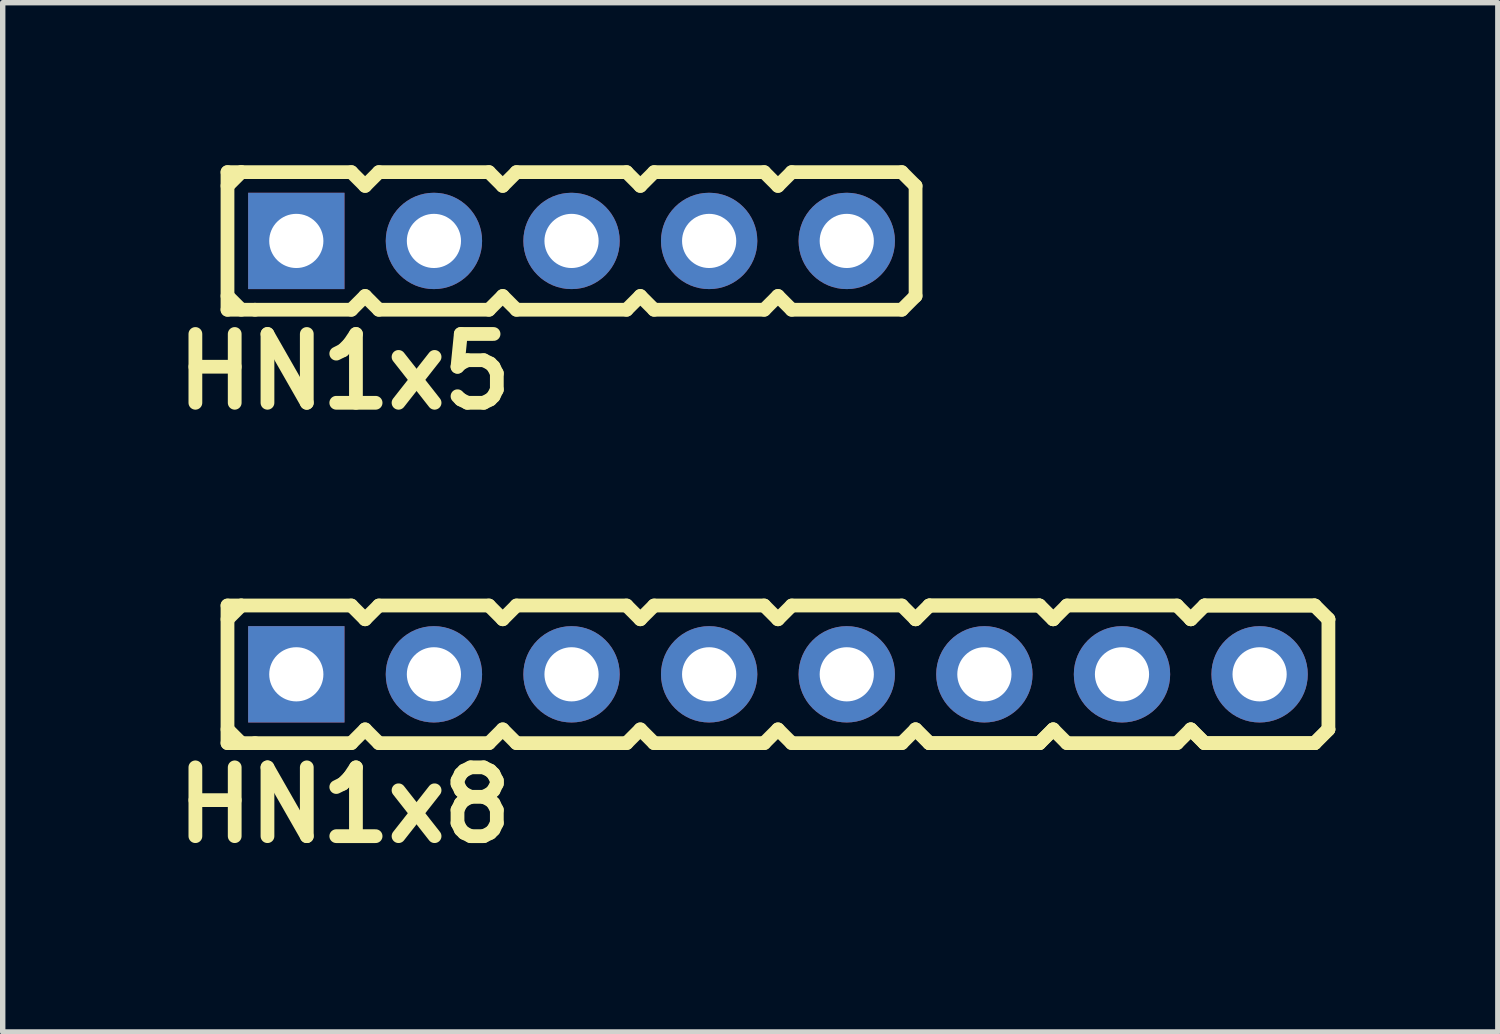
<source format=kicad_pcb>
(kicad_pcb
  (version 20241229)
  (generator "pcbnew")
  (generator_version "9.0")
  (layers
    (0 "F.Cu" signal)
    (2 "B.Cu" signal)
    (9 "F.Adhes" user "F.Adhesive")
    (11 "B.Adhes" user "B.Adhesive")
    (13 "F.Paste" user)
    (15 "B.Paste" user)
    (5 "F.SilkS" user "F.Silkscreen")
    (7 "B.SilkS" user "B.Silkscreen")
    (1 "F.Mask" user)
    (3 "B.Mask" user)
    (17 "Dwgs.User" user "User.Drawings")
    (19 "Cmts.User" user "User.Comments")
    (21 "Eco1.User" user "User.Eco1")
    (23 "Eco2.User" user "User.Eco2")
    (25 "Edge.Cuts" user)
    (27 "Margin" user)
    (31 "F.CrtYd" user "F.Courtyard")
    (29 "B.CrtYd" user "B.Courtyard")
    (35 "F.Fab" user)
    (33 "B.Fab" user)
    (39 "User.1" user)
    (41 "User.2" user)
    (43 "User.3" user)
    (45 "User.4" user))
  (footprint "HN1x5"
    (layer "F.Cu")
    (at 7.499 1.397)
    (property "Reference" "HN1x5" (at -4.191 2.413 0) (layer "F.SilkS") (effects (font (size 1.27 1.27) (thickness 0.254))))
    (attr through_hole)
    (fp_line (start -6.35 -1.27) (end -6.35 1.27) (stroke (width 0.254) (type solid)) (layer "F.SilkS"))
    (fp_line (start -6.35 -1.27) (end -6.096 -1.27) (stroke (width 0.254) (type solid)) (layer "F.SilkS"))
    (fp_line (start -6.35 -1.016) (end -6.096 -1.27) (stroke (width 0.254) (type solid)) (layer "F.SilkS"))
    (fp_line (start -6.096 -1.27) (end -4.064 -1.27) (stroke (width 0.254) (type solid)) (layer "F.SilkS"))
    (fp_line (start -6.096 1.27) (end -6.35 1.016) (stroke (width 0.254) (type solid)) (layer "F.SilkS"))
    (fp_line (start -5.842 1.27) (end -6.35 1.27) (stroke (width 0.254) (type solid)) (layer "F.SilkS"))
    (fp_line (start -4.064 -1.27) (end -3.81 -1.016) (stroke (width 0.254) (type solid)) (layer "F.SilkS"))
    (fp_line (start -4.064 1.27) (end -5.842 1.27) (stroke (width 0.254) (type solid)) (layer "F.SilkS"))
    (fp_line (start -3.81 -1.016) (end -3.556 -1.27) (stroke (width 0.254) (type solid)) (layer "F.SilkS"))
    (fp_line (start -3.81 1.016) (end -4.064 1.27) (stroke (width 0.254) (type solid)) (layer "F.SilkS"))
    (fp_line (start -3.556 -1.27) (end -1.524 -1.27) (stroke (width 0.254) (type solid)) (layer "F.SilkS"))
    (fp_line (start -3.556 1.27) (end -3.81 1.016) (stroke (width 0.254) (type solid)) (layer "F.SilkS"))
    (fp_line (start -1.524 -1.27) (end -1.27 -1.016) (stroke (width 0.254) (type solid)) (layer "F.SilkS"))
    (fp_line (start -1.524 1.27) (end -3.556 1.27) (stroke (width 0.254) (type solid)) (layer "F.SilkS"))
    (fp_line (start -1.524 1.27) (end -1.27 1.016) (stroke (width 0.254) (type solid)) (layer "F.SilkS"))
    (fp_line (start -1.27 -1.016) (end -1.016 -1.27) (stroke (width 0.254) (type solid)) (layer "F.SilkS"))
    (fp_line (start -1.27 1.016) (end -1.016 1.27) (stroke (width 0.254) (type solid)) (layer "F.SilkS"))
    (fp_line (start -1.016 -1.27) (end 1.016 -1.27) (stroke (width 0.254) (type solid)) (layer "F.SilkS"))
    (fp_line (start 1.016 -1.27) (end 1.27 -1.016) (stroke (width 0.254) (type solid)) (layer "F.SilkS"))
    (fp_line (start 1.016 1.27) (end -1.016 1.27) (stroke (width 0.254) (type solid)) (layer "F.SilkS"))
    (fp_line (start 1.27 -1.016) (end 1.524 -1.27) (stroke (width 0.254) (type solid)) (layer "F.SilkS"))
    (fp_line (start 1.27 1.016) (end 1.016 1.27) (stroke (width 0.254) (type solid)) (layer "F.SilkS"))
    (fp_line (start 1.524 -1.27) (end 3.556 -1.27) (stroke (width 0.254) (type solid)) (layer "F.SilkS"))
    (fp_line (start 1.524 1.27) (end 1.27 1.016) (stroke (width 0.254) (type solid)) (layer "F.SilkS"))
    (fp_line (start 3.556 -1.27) (end 3.81 -1.016) (stroke (width 0.254) (type solid)) (layer "F.SilkS"))
    (fp_line (start 3.556 1.27) (end 1.524 1.27) (stroke (width 0.254) (type solid)) (layer "F.SilkS"))
    (fp_line (start 3.81 -1.016) (end 4.064 -1.27) (stroke (width 0.254) (type solid)) (layer "F.SilkS"))
    (fp_line (start 3.81 1.016) (end 3.556 1.27) (stroke (width 0.254) (type solid)) (layer "F.SilkS"))
    (fp_line (start 4.064 -1.27) (end 6.096 -1.27) (stroke (width 0.254) (type solid)) (layer "F.SilkS"))
    (fp_line (start 4.064 1.27) (end 3.81 1.016) (stroke (width 0.254) (type solid)) (layer "F.SilkS"))
    (fp_line (start 6.096 -1.27) (end 6.35 -1.016) (stroke (width 0.254) (type solid)) (layer "F.SilkS"))
    (fp_line (start 6.096 1.27) (end 4.064 1.27) (stroke (width 0.254) (type solid)) (layer "F.SilkS"))
    (fp_line (start 6.35 -1.016) (end 6.35 1.016) (stroke (width 0.254) (type solid)) (layer "F.SilkS"))
    (fp_line (start 6.35 1.016) (end 6.096 1.27) (stroke (width 0.254) (type solid)) (layer "F.SilkS"))
    (pad "1" thru_hole rect (at -5.08 0) (size 1.778 1.778) (drill 1) (layers "*.Cu" "*.Mask"))
    (pad "2" thru_hole circle (at -2.54 0) (size 1.778 1.778) (drill 1) (layers "*.Cu" "*.Mask"))
    (pad "3" thru_hole circle (at 0 0) (size 1.778 1.778) (drill 1) (layers "*.Cu" "*.Mask"))
    (pad "4" thru_hole circle (at 2.54 0) (size 1.778 1.778) (drill 1) (layers "*.Cu" "*.Mask"))
    (pad "5" thru_hole circle (at 5.08 0) (size 1.778 1.778) (drill 1) (layers "*.Cu" "*.Mask")))
  (footprint "HN1x8"
    (layer "F.Cu")
    (at 11.309 9.396)
    (property "Reference" "HN1x8" (at -8.001 2.413 0) (layer "F.SilkS") (effects (font (size 1.27 1.27) (thickness 0.254))))
    (attr through_hole)
    (fp_line (start -10.16 -1.27) (end -10.16 1.27) (stroke (width 0.254) (type solid)) (layer "F.SilkS"))
    (fp_line (start -10.16 -1.27) (end -9.906 -1.27) (stroke (width 0.254) (type solid)) (layer "F.SilkS"))
    (fp_line (start -10.16 -1.016) (end -9.906 -1.27) (stroke (width 0.254) (type solid)) (layer "F.SilkS"))
    (fp_line (start -9.906 -1.27) (end -7.874 -1.27) (stroke (width 0.254) (type solid)) (layer "F.SilkS"))
    (fp_line (start -9.906 1.27) (end -10.16 1.016) (stroke (width 0.254) (type solid)) (layer "F.SilkS"))
    (fp_line (start -9.652 1.27) (end -10.16 1.27) (stroke (width 0.254) (type solid)) (layer "F.SilkS"))
    (fp_line (start -7.874 -1.27) (end -7.62 -1.016) (stroke (width 0.254) (type solid)) (layer "F.SilkS"))
    (fp_line (start -7.874 1.27) (end -9.652 1.27) (stroke (width 0.254) (type solid)) (layer "F.SilkS"))
    (fp_line (start -7.62 -1.016) (end -7.366 -1.27) (stroke (width 0.254) (type solid)) (layer "F.SilkS"))
    (fp_line (start -7.62 1.016) (end -7.874 1.27) (stroke (width 0.254) (type solid)) (layer "F.SilkS"))
    (fp_line (start -7.366 -1.27) (end -5.334 -1.27) (stroke (width 0.254) (type solid)) (layer "F.SilkS"))
    (fp_line (start -7.366 1.27) (end -7.62 1.016) (stroke (width 0.254) (type solid)) (layer "F.SilkS"))
    (fp_line (start -5.334 -1.27) (end -5.08 -1.016) (stroke (width 0.254) (type solid)) (layer "F.SilkS"))
    (fp_line (start -5.334 1.27) (end -7.366 1.27) (stroke (width 0.254) (type solid)) (layer "F.SilkS"))
    (fp_line (start -5.334 1.27) (end -5.08 1.016) (stroke (width 0.254) (type solid)) (layer "F.SilkS"))
    (fp_line (start -5.08 -1.016) (end -4.826 -1.27) (stroke (width 0.254) (type solid)) (layer "F.SilkS"))
    (fp_line (start -5.08 1.016) (end -4.826 1.27) (stroke (width 0.254) (type solid)) (layer "F.SilkS"))
    (fp_line (start -4.826 -1.27) (end -2.794 -1.27) (stroke (width 0.254) (type solid)) (layer "F.SilkS"))
    (fp_line (start -2.794 -1.27) (end -2.54 -1.016) (stroke (width 0.254) (type solid)) (layer "F.SilkS"))
    (fp_line (start -2.794 1.27) (end -4.826 1.27) (stroke (width 0.254) (type solid)) (layer "F.SilkS"))
    (fp_line (start -2.54 -1.016) (end -2.286 -1.27) (stroke (width 0.254) (type solid)) (layer "F.SilkS"))
    (fp_line (start -2.54 1.016) (end -2.794 1.27) (stroke (width 0.254) (type solid)) (layer "F.SilkS"))
    (fp_line (start -2.286 -1.27) (end -0.254 -1.27) (stroke (width 0.254) (type solid)) (layer "F.SilkS"))
    (fp_line (start -2.286 1.27) (end -2.54 1.016) (stroke (width 0.254) (type solid)) (layer "F.SilkS"))
    (fp_line (start -0.254 -1.27) (end 0 -1.016) (stroke (width 0.254) (type solid)) (layer "F.SilkS"))
    (fp_line (start -0.254 1.27) (end -2.286 1.27) (stroke (width 0.254) (type solid)) (layer "F.SilkS"))
    (fp_line (start 0 -1.016) (end 0.254 -1.27) (stroke (width 0.254) (type solid)) (layer "F.SilkS"))
    (fp_line (start 0 1.016) (end -0.254 1.27) (stroke (width 0.254) (type solid)) (layer "F.SilkS"))
    (fp_line (start 0.254 -1.27) (end 2.286 -1.27) (stroke (width 0.254) (type solid)) (layer "F.SilkS"))
    (fp_line (start 0.254 1.27) (end 0 1.016) (stroke (width 0.254) (type solid)) (layer "F.SilkS"))
    (fp_line (start 2.286 -1.27) (end 2.54 -1.016) (stroke (width 0.254) (type solid)) (layer "F.SilkS"))
    (fp_line (start 2.286 1.27) (end 0.254 1.27) (stroke (width 0.254) (type solid)) (layer "F.SilkS"))
    (fp_line (start 2.54 -1.016) (end 2.794 -1.27) (stroke (width 0.254) (type solid)) (layer "F.SilkS"))
    (fp_line (start 2.54 -1.016) (end 2.794 -1.27) (stroke (width 0.254) (type solid)) (layer "F.SilkS"))
    (fp_line (start 2.54 1.016) (end 2.286 1.27) (stroke (width 0.254) (type solid)) (layer "F.SilkS"))
    (fp_line (start 2.794 -1.27) (end 4.826 -1.27) (stroke (width 0.254) (type solid)) (layer "F.SilkS"))
    (fp_line (start 2.794 -1.27) (end 4.826 -1.27) (stroke (width 0.254) (type solid)) (layer "F.SilkS"))
    (fp_line (start 2.794 1.27) (end 2.54 1.016) (stroke (width 0.254) (type solid)) (layer "F.SilkS"))
    (fp_line (start 2.794 1.27) (end 2.54 1.016) (stroke (width 0.254) (type solid)) (layer "F.SilkS"))
    (fp_line (start 4.826 -1.27) (end 5.08 -1.016) (stroke (width 0.254) (type solid)) (layer "F.SilkS"))
    (fp_line (start 4.826 -1.27) (end 5.08 -1.016) (stroke (width 0.254) (type solid)) (layer "F.SilkS"))
    (fp_line (start 4.826 1.27) (end 2.794 1.27) (stroke (width 0.254) (type solid)) (layer "F.SilkS"))
    (fp_line (start 4.826 1.27) (end 2.794 1.27) (stroke (width 0.254) (type solid)) (layer "F.SilkS"))
    (fp_line (start 5.08 -1.016) (end 5.334 -1.27) (stroke (width 0.254) (type solid)) (layer "F.SilkS"))
    (fp_line (start 5.08 1.016) (end 4.826 1.27) (stroke (width 0.254) (type solid)) (layer "F.SilkS"))
    (fp_line (start 5.08 1.016) (end 4.826 1.27) (stroke (width 0.254) (type solid)) (layer "F.SilkS"))
    (fp_line (start 5.334 -1.27) (end 7.366 -1.27) (stroke (width 0.254) (type solid)) (layer "F.SilkS"))
    (fp_line (start 5.334 1.27) (end 5.08 1.016) (stroke (width 0.254) (type solid)) (layer "F.SilkS"))
    (fp_line (start 7.366 -1.27) (end 7.62 -1.016) (stroke (width 0.254) (type solid)) (layer "F.SilkS"))
    (fp_line (start 7.366 1.27) (end 5.334 1.27) (stroke (width 0.254) (type solid)) (layer "F.SilkS"))
    (fp_line (start 7.62 -1.016) (end 7.874 -1.27) (stroke (width 0.254) (type solid)) (layer "F.SilkS"))
    (fp_line (start 7.62 -1.016) (end 7.874 -1.27) (stroke (width 0.254) (type solid)) (layer "F.SilkS"))
    (fp_line (start 7.62 1.016) (end 7.366 1.27) (stroke (width 0.254) (type solid)) (layer "F.SilkS"))
    (fp_line (start 7.874 -1.27) (end 9.906 -1.27) (stroke (width 0.254) (type solid)) (layer "F.SilkS"))
    (fp_line (start 7.874 -1.27) (end 9.906 -1.27) (stroke (width 0.254) (type solid)) (layer "F.SilkS"))
    (fp_line (start 7.874 1.27) (end 7.62 1.016) (stroke (width 0.254) (type solid)) (layer "F.SilkS"))
    (fp_line (start 7.874 1.27) (end 7.62 1.016) (stroke (width 0.254) (type solid)) (layer "F.SilkS"))
    (fp_line (start 9.906 -1.27) (end 10.16 -1.016) (stroke (width 0.254) (type solid)) (layer "F.SilkS"))
    (fp_line (start 9.906 -1.27) (end 10.16 -1.016) (stroke (width 0.254) (type solid)) (layer "F.SilkS"))
    (fp_line (start 9.906 1.27) (end 7.874 1.27) (stroke (width 0.254) (type solid)) (layer "F.SilkS"))
    (fp_line (start 9.906 1.27) (end 7.874 1.27) (stroke (width 0.254) (type solid)) (layer "F.SilkS"))
    (fp_line (start 10.16 -1.016) (end 10.16 1.016) (stroke (width 0.254) (type solid)) (layer "F.SilkS"))
    (fp_line (start 10.16 1.016) (end 9.906 1.27) (stroke (width 0.254) (type solid)) (layer "F.SilkS"))
    (fp_line (start 10.16 1.016) (end 9.906 1.27) (stroke (width 0.254) (type solid)) (layer "F.SilkS"))
    (pad "1" thru_hole rect (at -8.89 0) (size 1.778 1.778) (drill 1) (layers "*.Cu" "*.Mask"))
    (pad "2" thru_hole circle (at -6.35 0) (size 1.778 1.778) (drill 1) (layers "*.Cu" "*.Mask"))
    (pad "3" thru_hole circle (at -3.81 0) (size 1.778 1.778) (drill 1) (layers "*.Cu" "*.Mask"))
    (pad "4" thru_hole circle (at -1.27 0) (size 1.778 1.778) (drill 1) (layers "*.Cu" "*.Mask"))
    (pad "5" thru_hole circle (at 1.27 0) (size 1.778 1.778) (drill 1) (layers "*.Cu" "*.Mask"))
    (pad "6" thru_hole circle (at 3.81 0) (size 1.778 1.778) (drill 1) (layers "*.Cu" "*.Mask"))
    (pad "7" thru_hole circle (at 6.35 0) (size 1.778 1.778) (drill 1) (layers "*.Cu" "*.Mask"))
    (pad "8" thru_hole circle (at 8.89 0) (size 1.778 1.778) (drill 1) (layers "*.Cu" "*.Mask")))
  (gr_rect
    (start -3 -3)
    (end 24.596 15.997)
    (stroke (width 0.1) (type default))
    (fill no)
    (layer "Edge.Cuts")))
</source>
